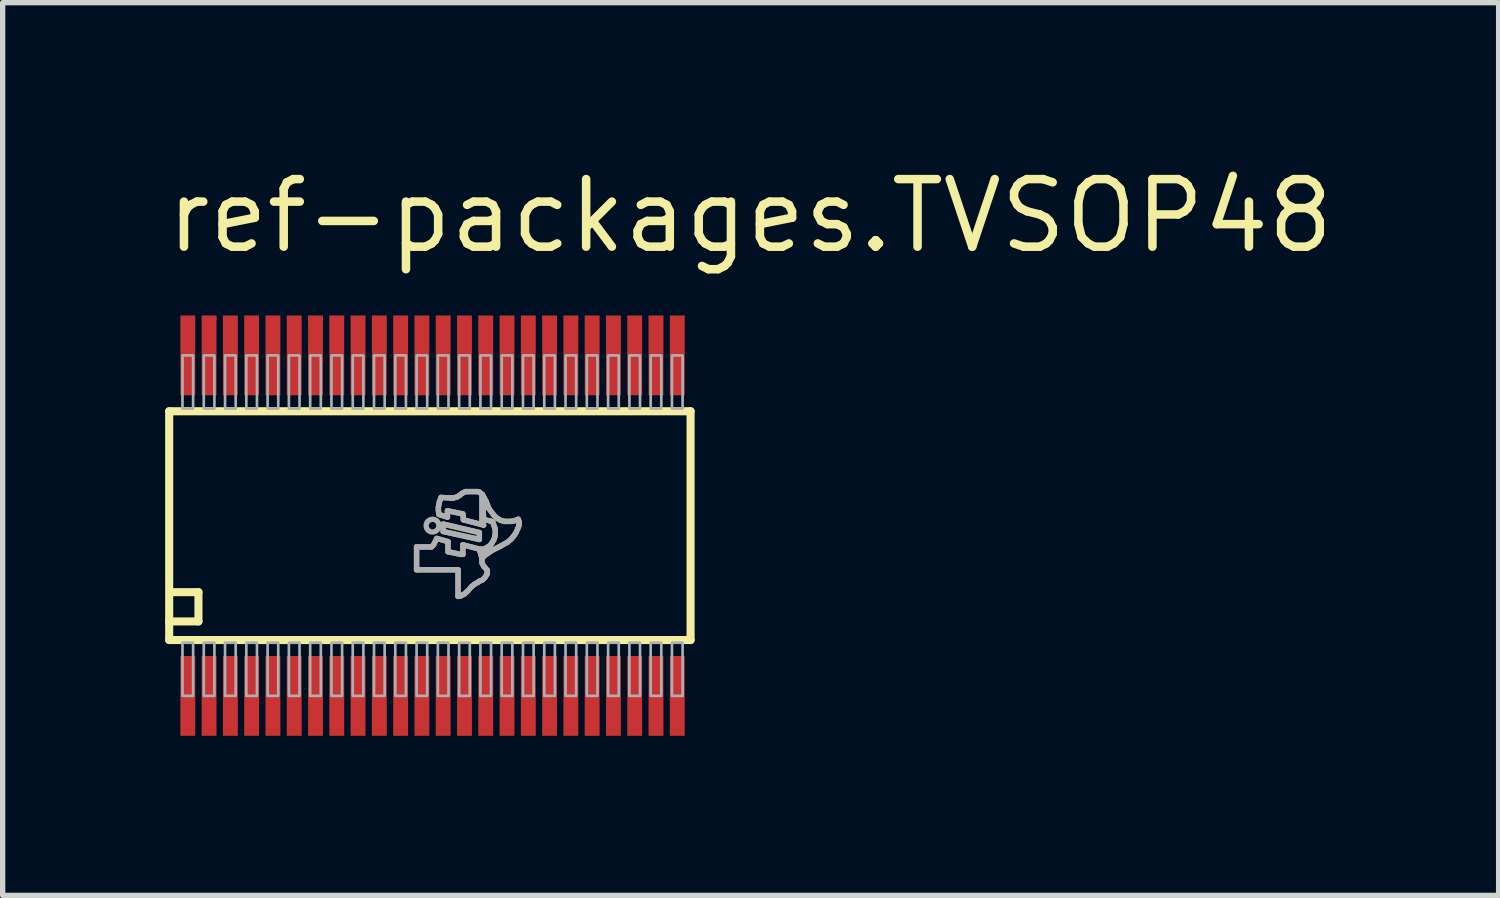
<source format=kicad_pcb>
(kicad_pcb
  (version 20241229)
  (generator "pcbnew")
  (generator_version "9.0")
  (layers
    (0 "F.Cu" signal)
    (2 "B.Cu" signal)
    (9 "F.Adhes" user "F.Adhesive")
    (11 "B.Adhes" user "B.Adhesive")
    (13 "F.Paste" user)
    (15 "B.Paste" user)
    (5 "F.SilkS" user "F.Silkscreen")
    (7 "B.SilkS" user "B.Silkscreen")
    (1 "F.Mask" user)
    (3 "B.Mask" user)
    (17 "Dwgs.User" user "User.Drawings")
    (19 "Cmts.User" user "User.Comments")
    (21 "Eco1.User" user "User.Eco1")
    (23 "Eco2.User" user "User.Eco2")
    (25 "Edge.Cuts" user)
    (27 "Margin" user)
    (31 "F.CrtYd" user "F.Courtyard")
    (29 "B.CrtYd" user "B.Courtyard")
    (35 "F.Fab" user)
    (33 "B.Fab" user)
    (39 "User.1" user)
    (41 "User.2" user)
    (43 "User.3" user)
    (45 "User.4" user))
  (footprint "ref-packages.TVSOP48"
    (layer "F.Cu")
    (at 5.08 6.83)
    (property "Reference" "ref-packages.TVSOP48" (at -5.08 -5.08 0) (layer "F.SilkS") (effects (font (size 1.27 1.27) (thickness 0.16)) (justify left bottom)))
    (attr smd)
    (fp_line (start -4.95 -2.15) (end 4.85 -2.15) (stroke (width 0.152) (type default)) (layer "F.SilkS"))
    (fp_line (start -4.95 1.8) (end -4.95 -2.15) (stroke (width 0.152) (type default)) (layer "F.SilkS"))
    (fp_line (start -4.95 2.15) (end -4.95 1.8) (stroke (width 0.152) (type default)) (layer "F.SilkS"))
    (fp_line (start -4.9 1.25) (end -4.4 1.25) (stroke (width 0.152) (type default)) (layer "F.SilkS"))
    (fp_line (start -4.4 1.25) (end -4.4 1.8) (stroke (width 0.152) (type default)) (layer "F.SilkS"))
    (fp_line (start -4.4 1.8) (end -4.95 1.8) (stroke (width 0.152) (type default)) (layer "F.SilkS"))
    (fp_line (start 4.85 -2.15) (end 4.85 2.15) (stroke (width 0.152) (type default)) (layer "F.SilkS"))
    (fp_line (start 4.85 2.15) (end -4.95 2.15) (stroke (width 0.152) (type default)) (layer "F.SilkS"))
    (fp_line (start -0.3 0.4) (end -0.3 0.83) (stroke (width 0.102) (type default)) (layer "F.Fab"))
    (fp_line (start -0.3 0.83) (end 0.48 0.83) (stroke (width 0.102) (type default)) (layer "F.Fab"))
    (fp_line (start -0.02 0.4) (end -0.3 0.4) (stroke (width 0.102) (type default)) (layer "F.Fab"))
    (fp_line (start 0.02 0.36) (end -0.02 0.4) (stroke (width 0.102) (type default)) (layer "F.Fab"))
    (fp_line (start 0.08 0.24) (end 0.02 0.36) (stroke (width 0.102) (type default)) (layer "F.Fab"))
    (fp_line (start 0.11 -0.35) (end 0.11 -0.29) (stroke (width 0.102) (type default)) (layer "F.Fab"))
    (fp_line (start 0.11 -0.29) (end 0.12 -0.21) (stroke (width 0.102) (type default)) (layer "F.Fab"))
    (fp_line (start 0.12 -0.21) (end 0.28 -0.16) (stroke (width 0.102) (type default)) (layer "F.Fab"))
    (fp_line (start 0.13 -0.45) (end 0.11 -0.35) (stroke (width 0.102) (type default)) (layer "F.Fab"))
    (fp_line (start 0.16 -0.53) (end 0.13 -0.45) (stroke (width 0.102) (type default)) (layer "F.Fab"))
    (fp_line (start 0.2 -0.03) (end 0.2 0.11) (stroke (width 0.102) (type default)) (layer "F.Fab"))
    (fp_line (start 0.2 0.11) (end 0.88 0.26) (stroke (width 0.102) (type default)) (layer "F.Fab"))
    (fp_line (start 0.28 -0.28) (end 0.57 -0.22) (stroke (width 0.102) (type default)) (layer "F.Fab"))
    (fp_line (start 0.28 -0.16) (end 0.28 -0.28) (stroke (width 0.102) (type default)) (layer "F.Fab"))
    (fp_line (start 0.29 0.3) (end 0.08 0.24) (stroke (width 0.102) (type default)) (layer "F.Fab"))
    (fp_line (start 0.29 0.49) (end 0.29 0.3) (stroke (width 0.102) (type default)) (layer "F.Fab"))
    (fp_line (start 0.34 -0.52) (end 0.16 -0.53) (stroke (width 0.102) (type default)) (layer "F.Fab"))
    (fp_line (start 0.39 -0.52) (end 0.34 -0.52) (stroke (width 0.102) (type default)) (layer "F.Fab"))
    (fp_line (start 0.46 -0.54) (end 0.39 -0.52) (stroke (width 0.102) (type default)) (layer "F.Fab"))
    (fp_line (start 0.48 0.83) (end 0.48 1.33) (stroke (width 0.102) (type default)) (layer "F.Fab"))
    (fp_line (start 0.48 1.33) (end 0.53 1.32) (stroke (width 0.102) (type default)) (layer "F.Fab"))
    (fp_line (start 0.51 -0.57) (end 0.46 -0.54) (stroke (width 0.102) (type default)) (layer "F.Fab"))
    (fp_line (start 0.53 0.54) (end 0.29 0.49) (stroke (width 0.102) (type default)) (layer "F.Fab"))
    (fp_line (start 0.53 1.32) (end 0.59 1.29) (stroke (width 0.102) (type default)) (layer "F.Fab"))
    (fp_line (start 0.56 -0.61) (end 0.51 -0.57) (stroke (width 0.102) (type default)) (layer "F.Fab"))
    (fp_line (start 0.57 -0.22) (end 0.58 -0.11) (stroke (width 0.102) (type default)) (layer "F.Fab"))
    (fp_line (start 0.57 0.36) (end 0.57 0.54) (stroke (width 0.102) (type default)) (layer "F.Fab"))
    (fp_line (start 0.57 0.54) (end 0.53 0.54) (stroke (width 0.102) (type default)) (layer "F.Fab"))
    (fp_line (start 0.58 -0.11) (end 0.96 -0.01) (stroke (width 0.102) (type default)) (layer "F.Fab"))
    (fp_line (start 0.59 1.29) (end 0.65 1.24) (stroke (width 0.102) (type default)) (layer "F.Fab"))
    (fp_line (start 0.62 -0.64) (end 0.56 -0.61) (stroke (width 0.102) (type default)) (layer "F.Fab"))
    (fp_line (start 0.65 1.24) (end 0.73 1.15) (stroke (width 0.102) (type default)) (layer "F.Fab"))
    (fp_line (start 0.73 1.15) (end 0.79 1.1) (stroke (width 0.102) (type default)) (layer "F.Fab"))
    (fp_line (start 0.79 1.1) (end 0.86 1.06) (stroke (width 0.102) (type default)) (layer "F.Fab"))
    (fp_line (start 0.84 -0.64) (end 0.62 -0.64) (stroke (width 0.102) (type default)) (layer "F.Fab"))
    (fp_line (start 0.86 1.06) (end 0.89 1.04) (stroke (width 0.102) (type default)) (layer "F.Fab"))
    (fp_line (start 0.88 -0.63) (end 0.84 -0.64) (stroke (width 0.102) (type default)) (layer "F.Fab"))
    (fp_line (start 0.88 0.13) (end 0.2 -0.03) (stroke (width 0.102) (type default)) (layer "F.Fab"))
    (fp_line (start 0.88 0.26) (end 0.88 0.13) (stroke (width 0.102) (type default)) (layer "F.Fab"))
    (fp_line (start 0.88 0.44) (end 0.57 0.36) (stroke (width 0.102) (type default)) (layer "F.Fab"))
    (fp_line (start 0.89 1.04) (end 0.94 1.02) (stroke (width 0.102) (type default)) (layer "F.Fab"))
    (fp_line (start 0.93 -0.59) (end 0.88 -0.63) (stroke (width 0.102) (type default)) (layer "F.Fab"))
    (fp_line (start 0.93 -0.09) (end 0.93 -0.59) (stroke (width 0.102) (type default)) (layer "F.Fab"))
    (fp_line (start 0.93 0.44) (end 0.93 0.59) (stroke (width 0.102) (type default)) (layer "F.Fab"))
    (fp_line (start 0.93 0.59) (end 0.95 0.59) (stroke (width 0.102) (type default)) (layer "F.Fab"))
    (fp_line (start 0.93 0.62) (end 0.88 0.44) (stroke (width 0.102) (type default)) (layer "F.Fab"))
    (fp_line (start 0.93 0.7) (end 0.93 0.62) (stroke (width 0.102) (type default)) (layer "F.Fab"))
    (fp_line (start 0.94 -0.58) (end 0.96 -0.11) (stroke (width 0.102) (type default)) (layer "F.Fab"))
    (fp_line (start 0.94 1.02) (end 0.98 0.98) (stroke (width 0.102) (type default)) (layer "F.Fab"))
    (fp_line (start 0.95 0.59) (end 0.98 0.56) (stroke (width 0.102) (type default)) (layer "F.Fab"))
    (fp_line (start 0.96 -0.11) (end 0.98 -0.11) (stroke (width 0.102) (type default)) (layer "F.Fab"))
    (fp_line (start 0.96 -0.01) (end 0.93 -0.09) (stroke (width 0.102) (type default)) (layer "F.Fab"))
    (fp_line (start 0.96 0.76) (end 0.93 0.7) (stroke (width 0.102) (type default)) (layer "F.Fab"))
    (fp_line (start 0.98 -0.11) (end 1.08 -0.09) (stroke (width 0.102) (type default)) (layer "F.Fab"))
    (fp_line (start 0.98 0.44) (end 0.93 0.44) (stroke (width 0.102) (type default)) (layer "F.Fab"))
    (fp_line (start 0.98 0.56) (end 1.04 0.52) (stroke (width 0.102) (type default)) (layer "F.Fab"))
    (fp_line (start 0.98 0.98) (end 1.02 0.92) (stroke (width 0.102) (type default)) (layer "F.Fab"))
    (fp_line (start 1.01 -0.45) (end 0.94 -0.58) (stroke (width 0.102) (type default)) (layer "F.Fab"))
    (fp_line (start 1.01 0.42) (end 0.98 0.44) (stroke (width 0.102) (type default)) (layer "F.Fab"))
    (fp_line (start 1.02 0.41) (end 1.01 0.42) (stroke (width 0.102) (type default)) (layer "F.Fab"))
    (fp_line (start 1.02 0.92) (end 1.03 0.89) (stroke (width 0.102) (type default)) (layer "F.Fab"))
    (fp_line (start 1.03 0.84) (end 0.96 0.76) (stroke (width 0.102) (type default)) (layer "F.Fab"))
    (fp_line (start 1.03 0.89) (end 1.03 0.84) (stroke (width 0.102) (type default)) (layer "F.Fab"))
    (fp_line (start 1.04 0.52) (end 1.11 0.47) (stroke (width 0.102) (type default)) (layer "F.Fab"))
    (fp_line (start 1.06 -0.32) (end 1.01 -0.45) (stroke (width 0.102) (type default)) (layer "F.Fab"))
    (fp_line (start 1.06 0.39) (end 1.02 0.41) (stroke (width 0.102) (type default)) (layer "F.Fab"))
    (fp_line (start 1.08 -0.09) (end 1.11 -0.08) (stroke (width 0.102) (type default)) (layer "F.Fab"))
    (fp_line (start 1.1 0.35) (end 1.06 0.39) (stroke (width 0.102) (type default)) (layer "F.Fab"))
    (fp_line (start 1.11 -0.08) (end 1.13 -0.07) (stroke (width 0.102) (type default)) (layer "F.Fab"))
    (fp_line (start 1.11 0.47) (end 1.27 0.39) (stroke (width 0.102) (type default)) (layer "F.Fab"))
    (fp_line (start 1.12 0.32) (end 1.1 0.35) (stroke (width 0.102) (type default)) (layer "F.Fab"))
    (fp_line (start 1.13 -0.07) (end 1.17 0.04) (stroke (width 0.102) (type default)) (layer "F.Fab"))
    (fp_line (start 1.15 -0.2) (end 1.06 -0.32) (stroke (width 0.102) (type default)) (layer "F.Fab"))
    (fp_line (start 1.15 0.27) (end 1.12 0.32) (stroke (width 0.102) (type default)) (layer "F.Fab"))
    (fp_line (start 1.17 0.04) (end 1.18 0.08) (stroke (width 0.102) (type default)) (layer "F.Fab"))
    (fp_line (start 1.17 0.21) (end 1.15 0.27) (stroke (width 0.102) (type default)) (layer "F.Fab"))
    (fp_line (start 1.18 0.08) (end 1.18 0.14) (stroke (width 0.102) (type default)) (layer "F.Fab"))
    (fp_line (start 1.18 0.14) (end 1.17 0.21) (stroke (width 0.102) (type default)) (layer "F.Fab"))
    (fp_line (start 1.21 -0.14) (end 1.15 -0.2) (stroke (width 0.102) (type default)) (layer "F.Fab"))
    (fp_line (start 1.27 0.39) (end 1.41 0.31) (stroke (width 0.102) (type default)) (layer "F.Fab"))
    (fp_line (start 1.28 -0.1) (end 1.21 -0.14) (stroke (width 0.102) (type default)) (layer "F.Fab"))
    (fp_line (start 1.35 -0.08) (end 1.28 -0.1) (stroke (width 0.102) (type default)) (layer "F.Fab"))
    (fp_line (start 1.41 0.31) (end 1.48 0.25) (stroke (width 0.102) (type default)) (layer "F.Fab"))
    (fp_line (start 1.47 -0.08) (end 1.35 -0.08) (stroke (width 0.102) (type default)) (layer "F.Fab"))
    (fp_line (start 1.48 0.25) (end 1.53 0.19) (stroke (width 0.102) (type default)) (layer "F.Fab"))
    (fp_line (start 1.53 -0.09) (end 1.47 -0.08) (stroke (width 0.102) (type default)) (layer "F.Fab"))
    (fp_line (start 1.53 0.19) (end 1.57 0.13) (stroke (width 0.102) (type default)) (layer "F.Fab"))
    (fp_line (start 1.57 0.13) (end 1.6 0.06) (stroke (width 0.102) (type default)) (layer "F.Fab"))
    (fp_line (start 1.6 0.06) (end 1.62 0.01) (stroke (width 0.102) (type default)) (layer "F.Fab"))
    (fp_line (start 1.61 -0.12) (end 1.53 -0.09) (stroke (width 0.102) (type default)) (layer "F.Fab"))
    (fp_line (start 1.62 -0.09) (end 1.61 -0.12) (stroke (width 0.102) (type default)) (layer "F.Fab"))
    (fp_line (start 1.62 0.01) (end 1.63 -0.05) (stroke (width 0.102) (type default)) (layer "F.Fab"))
    (fp_line (start 1.63 -0.05) (end 1.62 -0.09) (stroke (width 0.102) (type default)) (layer "F.Fab"))
    (fp_rect (start -4.7 -2.2) (end -4.5 -3.2) (stroke (width 0.05) (type default)) (fill no) (layer "F.Fab"))
    (fp_rect (start -4.7 3.2) (end -4.5 2.2) (stroke (width 0.05) (type default)) (fill no) (layer "F.Fab"))
    (fp_rect (start -4.3 -2.2) (end -4.1 -3.2) (stroke (width 0.05) (type default)) (fill no) (layer "F.Fab"))
    (fp_rect (start -4.3 3.2) (end -4.1 2.2) (stroke (width 0.05) (type default)) (fill no) (layer "F.Fab"))
    (fp_rect (start -3.9 -2.2) (end -3.7 -3.2) (stroke (width 0.05) (type default)) (fill no) (layer "F.Fab"))
    (fp_rect (start -3.9 3.2) (end -3.7 2.2) (stroke (width 0.05) (type default)) (fill no) (layer "F.Fab"))
    (fp_rect (start -3.5 -2.2) (end -3.3 -3.2) (stroke (width 0.05) (type default)) (fill no) (layer "F.Fab"))
    (fp_rect (start -3.5 3.2) (end -3.3 2.2) (stroke (width 0.05) (type default)) (fill no) (layer "F.Fab"))
    (fp_rect (start -3.1 -2.2) (end -2.9 -3.2) (stroke (width 0.05) (type default)) (fill no) (layer "F.Fab"))
    (fp_rect (start -3.1 3.2) (end -2.9 2.2) (stroke (width 0.05) (type default)) (fill no) (layer "F.Fab"))
    (fp_rect (start -2.7 -2.2) (end -2.5 -3.2) (stroke (width 0.05) (type default)) (fill no) (layer "F.Fab"))
    (fp_rect (start -2.7 3.2) (end -2.5 2.2) (stroke (width 0.05) (type default)) (fill no) (layer "F.Fab"))
    (fp_rect (start -2.3 -2.2) (end -2.1 -3.2) (stroke (width 0.05) (type default)) (fill no) (layer "F.Fab"))
    (fp_rect (start -2.3 3.2) (end -2.1 2.2) (stroke (width 0.05) (type default)) (fill no) (layer "F.Fab"))
    (fp_rect (start -1.9 -2.2) (end -1.7 -3.2) (stroke (width 0.05) (type default)) (fill no) (layer "F.Fab"))
    (fp_rect (start -1.9 3.2) (end -1.7 2.2) (stroke (width 0.05) (type default)) (fill no) (layer "F.Fab"))
    (fp_rect (start -1.5 -2.2) (end -1.3 -3.2) (stroke (width 0.05) (type default)) (fill no) (layer "F.Fab"))
    (fp_rect (start -1.5 3.2) (end -1.3 2.2) (stroke (width 0.05) (type default)) (fill no) (layer "F.Fab"))
    (fp_rect (start -1.1 -2.2) (end -0.9 -3.2) (stroke (width 0.05) (type default)) (fill no) (layer "F.Fab"))
    (fp_rect (start -1.1 3.2) (end -0.9 2.2) (stroke (width 0.05) (type default)) (fill no) (layer "F.Fab"))
    (fp_rect (start -0.7 -2.2) (end -0.5 -3.2) (stroke (width 0.05) (type default)) (fill no) (layer "F.Fab"))
    (fp_rect (start -0.7 3.2) (end -0.5 2.2) (stroke (width 0.05) (type default)) (fill no) (layer "F.Fab"))
    (fp_rect (start -0.3 -2.2) (end -0.1 -3.2) (stroke (width 0.05) (type default)) (fill no) (layer "F.Fab"))
    (fp_rect (start -0.3 3.2) (end -0.1 2.2) (stroke (width 0.05) (type default)) (fill no) (layer "F.Fab"))
    (fp_rect (start 0.1 -2.2) (end 0.3 -3.2) (stroke (width 0.05) (type default)) (fill no) (layer "F.Fab"))
    (fp_rect (start 0.1 3.2) (end 0.3 2.2) (stroke (width 0.05) (type default)) (fill no) (layer "F.Fab"))
    (fp_rect (start 0.5 -2.2) (end 0.7 -3.2) (stroke (width 0.05) (type default)) (fill no) (layer "F.Fab"))
    (fp_rect (start 0.5 3.2) (end 0.7 2.2) (stroke (width 0.05) (type default)) (fill no) (layer "F.Fab"))
    (fp_rect (start 0.9 -2.2) (end 1.1 -3.2) (stroke (width 0.05) (type default)) (fill no) (layer "F.Fab"))
    (fp_rect (start 0.9 3.2) (end 1.1 2.2) (stroke (width 0.05) (type default)) (fill no) (layer "F.Fab"))
    (fp_rect (start 1.3 -2.2) (end 1.5 -3.2) (stroke (width 0.05) (type default)) (fill no) (layer "F.Fab"))
    (fp_rect (start 1.3 3.2) (end 1.5 2.2) (stroke (width 0.05) (type default)) (fill no) (layer "F.Fab"))
    (fp_rect (start 1.7 -2.2) (end 1.9 -3.2) (stroke (width 0.05) (type default)) (fill no) (layer "F.Fab"))
    (fp_rect (start 1.7 3.2) (end 1.9 2.2) (stroke (width 0.05) (type default)) (fill no) (layer "F.Fab"))
    (fp_rect (start 2.1 -2.2) (end 2.3 -3.2) (stroke (width 0.05) (type default)) (fill no) (layer "F.Fab"))
    (fp_rect (start 2.1 3.2) (end 2.3 2.2) (stroke (width 0.05) (type default)) (fill no) (layer "F.Fab"))
    (fp_rect (start 2.5 -2.2) (end 2.7 -3.2) (stroke (width 0.05) (type default)) (fill no) (layer "F.Fab"))
    (fp_rect (start 2.5 3.2) (end 2.7 2.2) (stroke (width 0.05) (type default)) (fill no) (layer "F.Fab"))
    (fp_rect (start 2.9 -2.2) (end 3.1 -3.2) (stroke (width 0.05) (type default)) (fill no) (layer "F.Fab"))
    (fp_rect (start 2.9 3.2) (end 3.1 2.2) (stroke (width 0.05) (type default)) (fill no) (layer "F.Fab"))
    (fp_rect (start 3.3 -2.2) (end 3.5 -3.2) (stroke (width 0.05) (type default)) (fill no) (layer "F.Fab"))
    (fp_rect (start 3.3 3.2) (end 3.5 2.2) (stroke (width 0.05) (type default)) (fill no) (layer "F.Fab"))
    (fp_rect (start 3.7 -2.2) (end 3.9 -3.2) (stroke (width 0.05) (type default)) (fill no) (layer "F.Fab"))
    (fp_rect (start 3.7 3.2) (end 3.9 2.2) (stroke (width 0.05) (type default)) (fill no) (layer "F.Fab"))
    (fp_rect (start 4.1 -2.2) (end 4.3 -3.2) (stroke (width 0.05) (type default)) (fill no) (layer "F.Fab"))
    (fp_rect (start 4.1 3.2) (end 4.3 2.2) (stroke (width 0.05) (type default)) (fill no) (layer "F.Fab"))
    (fp_rect (start 4.5 -2.2) (end 4.7 -3.2) (stroke (width 0.05) (type default)) (fill no) (layer "F.Fab"))
    (fp_rect (start 4.5 3.2) (end 4.7 2.2) (stroke (width 0.05) (type default)) (fill no) (layer "F.Fab"))
    (fp_circle (center 0 0) (end 0.12 0) (stroke (width 0.1) (type default)) (fill no) (layer "F.Fab"))
    (fp_poly (pts (xy 0.2 -0.03) (xy 0.2 0.11) (xy 0.88 0.26) (xy 0.88 0.13)) (stroke (width 0.1) (type default)) (fill no) (layer "F.Fab"))
    (fp_poly (pts (xy 0.16 -0.53) (xy 0.13 -0.45) (xy 0.11 -0.35) (xy 0.11 -0.29) (xy 0.12 -0.21) (xy 0.28 -0.16) (xy 0.28 -0.28) (xy 0.57 -0.22) (xy 0.58 -0.11) (xy 0.96 -0.01) (xy 0.93 -0.09) (xy 0.93 -0.59) (xy 0.88 -0.63) (xy 0.84 -0.64) (xy 0.62 -0.64) (xy 0.56 -0.61) (xy 0.51 -0.57) (xy 0.46 -0.54) (xy 0.39 -0.52) (xy 0.34 -0.52)) (stroke (width 0.1) (type default)) (fill no) (layer "F.Fab"))
    (fp_poly (pts (xy -0.3 0.4) (xy -0.3 0.83) (xy 0.48 0.83) (xy 0.48 1.33) (xy 0.53 1.32) (xy 0.59 1.29) (xy 0.65 1.24) (xy 0.73 1.15) (xy 0.79 1.1) (xy 0.86 1.06) (xy 0.89 1.04) (xy 0.94 1.02) (xy 0.98 0.98) (xy 1.02 0.92) (xy 1.03 0.89) (xy 1.03 0.84) (xy 0.96 0.76) (xy 0.93 0.7) (xy 0.93 0.62) (xy 0.88 0.44) (xy 0.57 0.36) (xy 0.57 0.54) (xy 0.53 0.54) (xy 0.29 0.49) (xy 0.29 0.3) (xy 0.08 0.24) (xy 0.02 0.36) (xy -0.02 0.4)) (stroke (width 0.1) (type default)) (fill no) (layer "F.Fab"))
    (fp_poly (pts (xy 0.96 -0.11) (xy 0.98 -0.11) (xy 1.08 -0.09) (xy 1.11 -0.08) (xy 1.13 -0.07) (xy 1.17 0.04) (xy 1.18 0.08) (xy 1.18 0.14) (xy 1.17 0.21) (xy 1.15 0.27) (xy 1.12 0.32) (xy 1.1 0.35) (xy 1.06 0.39) (xy 1.02 0.41) (xy 1.01 0.42) (xy 0.98 0.44) (xy 0.93 0.44) (xy 0.93 0.59) (xy 0.95 0.59) (xy 0.98 0.56) (xy 1.04 0.52) (xy 1.11 0.47) (xy 1.27 0.39) (xy 1.41 0.31) (xy 1.48 0.25) (xy 1.53 0.19) (xy 1.57 0.13) (xy 1.6 0.06) (xy 1.62 0.01) (xy 1.63 -0.05) (xy 1.62 -0.09) (xy 1.61 -0.12) (xy 1.53 -0.09) (xy 1.47 -0.08) (xy 1.35 -0.08) (xy 1.28 -0.1) (xy 1.21 -0.14) (xy 1.15 -0.2) (xy 1.06 -0.32) (xy 1.01 -0.45) (xy 0.94 -0.58)) (stroke (width 0.1) (type default)) (fill no) (layer "F.Fab"))
    (pad "1" smd roundrect (at -4.6 3.2) (size 0.28 1.5) (layers "F.Cu" "F.Mask" "F.Paste") (roundrect_rratio 0.01))
    (pad "2" smd roundrect (at -4.2 3.2) (size 0.28 1.5) (layers "F.Cu" "F.Mask" "F.Paste") (roundrect_rratio 0.01))
    (pad "3" smd roundrect (at -3.8 3.2) (size 0.28 1.5) (layers "F.Cu" "F.Mask" "F.Paste") (roundrect_rratio 0.01))
    (pad "4" smd roundrect (at -3.4 3.2) (size 0.28 1.5) (layers "F.Cu" "F.Mask" "F.Paste") (roundrect_rratio 0.01))
    (pad "5" smd roundrect (at -3 3.2) (size 0.28 1.5) (layers "F.Cu" "F.Mask" "F.Paste") (roundrect_rratio 0.01))
    (pad "6" smd roundrect (at -2.6 3.2) (size 0.28 1.5) (layers "F.Cu" "F.Mask" "F.Paste") (roundrect_rratio 0.01))
    (pad "7" smd roundrect (at -2.2 3.2) (size 0.28 1.5) (layers "F.Cu" "F.Mask" "F.Paste") (roundrect_rratio 0.01))
    (pad "8" smd roundrect (at -1.8 3.2) (size 0.28 1.5) (layers "F.Cu" "F.Mask" "F.Paste") (roundrect_rratio 0.01))
    (pad "9" smd roundrect (at -1.4 3.2) (size 0.28 1.5) (layers "F.Cu" "F.Mask" "F.Paste") (roundrect_rratio 0.01))
    (pad "10" smd roundrect (at -1 3.2) (size 0.28 1.5) (layers "F.Cu" "F.Mask" "F.Paste") (roundrect_rratio 0.01))
    (pad "11" smd roundrect (at -0.6 3.2) (size 0.28 1.5) (layers "F.Cu" "F.Mask" "F.Paste") (roundrect_rratio 0.01))
    (pad "12" smd roundrect (at -0.2 3.2) (size 0.28 1.5) (layers "F.Cu" "F.Mask" "F.Paste") (roundrect_rratio 0.01))
    (pad "13" smd roundrect (at 0.2 3.2) (size 0.28 1.5) (layers "F.Cu" "F.Mask" "F.Paste") (roundrect_rratio 0.01))
    (pad "14" smd roundrect (at 0.6 3.2) (size 0.28 1.5) (layers "F.Cu" "F.Mask" "F.Paste") (roundrect_rratio 0.01))
    (pad "15" smd roundrect (at 1 3.2) (size 0.28 1.5) (layers "F.Cu" "F.Mask" "F.Paste") (roundrect_rratio 0.01))
    (pad "16" smd roundrect (at 1.4 3.2) (size 0.28 1.5) (layers "F.Cu" "F.Mask" "F.Paste") (roundrect_rratio 0.01))
    (pad "17" smd roundrect (at 1.8 3.2) (size 0.28 1.5) (layers "F.Cu" "F.Mask" "F.Paste") (roundrect_rratio 0.01))
    (pad "18" smd roundrect (at 2.2 3.2) (size 0.28 1.5) (layers "F.Cu" "F.Mask" "F.Paste") (roundrect_rratio 0.01))
    (pad "19" smd roundrect (at 2.6 3.2) (size 0.28 1.5) (layers "F.Cu" "F.Mask" "F.Paste") (roundrect_rratio 0.01))
    (pad "20" smd roundrect (at 3 3.2) (size 0.28 1.5) (layers "F.Cu" "F.Mask" "F.Paste") (roundrect_rratio 0.01))
    (pad "21" smd roundrect (at 3.4 3.2) (size 0.28 1.5) (layers "F.Cu" "F.Mask" "F.Paste") (roundrect_rratio 0.01))
    (pad "22" smd roundrect (at 3.8 3.2) (size 0.28 1.5) (layers "F.Cu" "F.Mask" "F.Paste") (roundrect_rratio 0.01))
    (pad "23" smd roundrect (at 4.2 3.2) (size 0.28 1.5) (layers "F.Cu" "F.Mask" "F.Paste") (roundrect_rratio 0.01))
    (pad "24" smd roundrect (at 4.6 3.2) (size 0.28 1.5) (layers "F.Cu" "F.Mask" "F.Paste") (roundrect_rratio 0.01))
    (pad "25" smd roundrect (at 4.6 -3.2) (size 0.28 1.5) (layers "F.Cu" "F.Mask" "F.Paste") (roundrect_rratio 0.01))
    (pad "26" smd roundrect (at 4.2 -3.2) (size 0.28 1.5) (layers "F.Cu" "F.Mask" "F.Paste") (roundrect_rratio 0.01))
    (pad "27" smd roundrect (at 3.8 -3.2) (size 0.28 1.5) (layers "F.Cu" "F.Mask" "F.Paste") (roundrect_rratio 0.01))
    (pad "28" smd roundrect (at 3.4 -3.2) (size 0.28 1.5) (layers "F.Cu" "F.Mask" "F.Paste") (roundrect_rratio 0.01))
    (pad "29" smd roundrect (at 3 -3.2) (size 0.28 1.5) (layers "F.Cu" "F.Mask" "F.Paste") (roundrect_rratio 0.01))
    (pad "30" smd roundrect (at 2.6 -3.2) (size 0.28 1.5) (layers "F.Cu" "F.Mask" "F.Paste") (roundrect_rratio 0.01))
    (pad "31" smd roundrect (at 2.2 -3.2) (size 0.28 1.5) (layers "F.Cu" "F.Mask" "F.Paste") (roundrect_rratio 0.01))
    (pad "32" smd roundrect (at 1.8 -3.2) (size 0.28 1.5) (layers "F.Cu" "F.Mask" "F.Paste") (roundrect_rratio 0.01))
    (pad "33" smd roundrect (at 1.4 -3.2) (size 0.28 1.5) (layers "F.Cu" "F.Mask" "F.Paste") (roundrect_rratio 0.01))
    (pad "34" smd roundrect (at 1 -3.2) (size 0.28 1.5) (layers "F.Cu" "F.Mask" "F.Paste") (roundrect_rratio 0.01))
    (pad "35" smd roundrect (at 0.6 -3.2) (size 0.28 1.5) (layers "F.Cu" "F.Mask" "F.Paste") (roundrect_rratio 0.01))
    (pad "36" smd roundrect (at 0.2 -3.2) (size 0.28 1.5) (layers "F.Cu" "F.Mask" "F.Paste") (roundrect_rratio 0.01))
    (pad "37" smd roundrect (at -0.2 -3.2) (size 0.28 1.5) (layers "F.Cu" "F.Mask" "F.Paste") (roundrect_rratio 0.01))
    (pad "38" smd roundrect (at -0.6 -3.2) (size 0.28 1.5) (layers "F.Cu" "F.Mask" "F.Paste") (roundrect_rratio 0.01))
    (pad "39" smd roundrect (at -1 -3.2) (size 0.28 1.5) (layers "F.Cu" "F.Mask" "F.Paste") (roundrect_rratio 0.01))
    (pad "40" smd roundrect (at -1.4 -3.2) (size 0.28 1.5) (layers "F.Cu" "F.Mask" "F.Paste") (roundrect_rratio 0.01))
    (pad "41" smd roundrect (at -1.8 -3.2) (size 0.28 1.5) (layers "F.Cu" "F.Mask" "F.Paste") (roundrect_rratio 0.01))
    (pad "42" smd roundrect (at -2.2 -3.2) (size 0.28 1.5) (layers "F.Cu" "F.Mask" "F.Paste") (roundrect_rratio 0.01))
    (pad "43" smd roundrect (at -2.6 -3.2) (size 0.28 1.5) (layers "F.Cu" "F.Mask" "F.Paste") (roundrect_rratio 0.01))
    (pad "44" smd roundrect (at -3 -3.2) (size 0.28 1.5) (layers "F.Cu" "F.Mask" "F.Paste") (roundrect_rratio 0.01))
    (pad "45" smd roundrect (at -3.4 -3.2) (size 0.28 1.5) (layers "F.Cu" "F.Mask" "F.Paste") (roundrect_rratio 0.01))
    (pad "46" smd roundrect (at -3.8 -3.2) (size 0.28 1.5) (layers "F.Cu" "F.Mask" "F.Paste") (roundrect_rratio 0.01))
    (pad "47" smd roundrect (at -4.2 -3.2) (size 0.28 1.5) (layers "F.Cu" "F.Mask" "F.Paste") (roundrect_rratio 0.01))
    (pad "48" smd roundrect (at -4.6 -3.2) (size 0.28 1.5) (layers "F.Cu" "F.Mask" "F.Paste") (roundrect_rratio 0.01)))
  (gr_rect
    (start -3 -3)
    (end 25.118 13.78)
    (stroke (width 0.1) (type default))
    (fill no)
    (layer "Edge.Cuts")))
</source>
